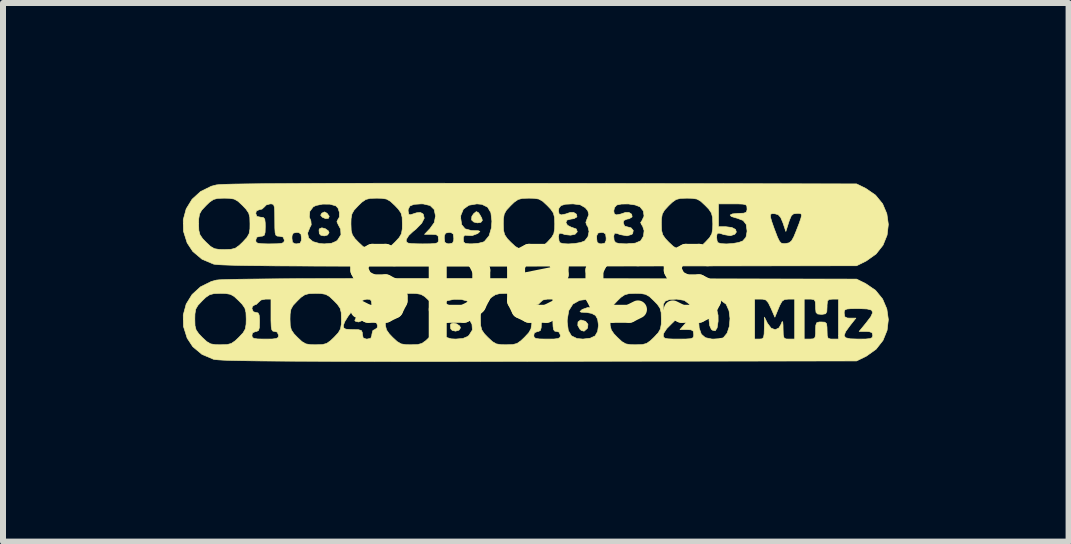
<source format=kicad_pcb>
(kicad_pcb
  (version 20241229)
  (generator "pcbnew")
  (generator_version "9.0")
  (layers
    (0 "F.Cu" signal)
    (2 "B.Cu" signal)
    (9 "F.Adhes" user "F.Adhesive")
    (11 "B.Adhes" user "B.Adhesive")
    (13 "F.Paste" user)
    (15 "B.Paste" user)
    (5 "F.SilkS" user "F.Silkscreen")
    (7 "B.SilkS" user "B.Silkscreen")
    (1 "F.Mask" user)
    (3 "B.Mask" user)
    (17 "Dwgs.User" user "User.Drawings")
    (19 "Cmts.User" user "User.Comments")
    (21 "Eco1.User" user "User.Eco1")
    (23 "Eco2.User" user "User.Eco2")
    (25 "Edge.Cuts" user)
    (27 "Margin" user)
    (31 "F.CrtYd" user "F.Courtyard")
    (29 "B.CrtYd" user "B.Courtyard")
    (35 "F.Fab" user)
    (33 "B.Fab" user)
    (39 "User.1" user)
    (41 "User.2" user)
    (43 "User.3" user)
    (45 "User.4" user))
  (footprint "specs"
    (layer "F.Cu")
    (at 5.881 1.492)
    (property "Reference" "specs" (at 0 0 0) (layer "F.SilkS") (effects (font (size 1.524 1.524) (thickness 0.3))))
    (attr through_hole)
    (fp_poly (pts (xy -3.478 -0.986) (xy -3.442 -0.936) (xy -3.455 -0.902) (xy -3.504 -0.898) (xy -3.556 -0.92) (xy -3.585 -0.954) (xy -3.565 -0.988) (xy -3.521 -1.009) (xy -3.478 -0.986)) (stroke (width 0.01) (type solid)) (fill yes) (layer "F.SilkS"))
    (fp_poly (pts (xy -1.288 0.602) (xy -1.251 0.652) (xy -1.264 0.685) (xy -1.313 0.69) (xy -1.365 0.668) (xy -1.395 0.633) (xy -1.374 0.6) (xy -1.331 0.578) (xy -1.288 0.602)) (stroke (width 0.01) (type solid)) (fill yes) (layer "F.SilkS"))
    (fp_poly (pts (xy -3.506 -0.728) (xy -3.457 -0.693) (xy -3.445 -0.663) (xy -3.47 -0.624) (xy -3.525 -0.609) (xy -3.582 -0.62) (xy -3.607 -0.647) (xy -3.612 -0.708) (xy -3.605 -0.727) (xy -3.565 -0.744) (xy -3.506 -0.728)) (stroke (width 0.01) (type solid)) (fill yes) (layer "F.SilkS"))
    (fp_poly (pts (xy -2.891 0.69) (xy -2.889 0.741) (xy -2.902 0.806) (xy -2.949 0.825) (xy -2.953 0.826) (xy -3.004 0.814) (xy -3.016 0.799) (xy -2.995 0.759) (xy -2.953 0.714) (xy -2.907 0.677) (xy -2.891 0.69)) (stroke (width 0.01) (type solid)) (fill yes) (layer "F.SilkS"))
    (fp_poly (pts (xy -1.315 0.859) (xy -1.266 0.894) (xy -1.254 0.924) (xy -1.279 0.963) (xy -1.335 0.979) (xy -1.391 0.967) (xy -1.416 0.94) (xy -1.422 0.88) (xy -1.415 0.86) (xy -1.374 0.844) (xy -1.315 0.859)) (stroke (width 0.01) (type solid)) (fill yes) (layer "F.SilkS"))
    (fp_poly (pts (xy 0.831 0.815) (xy 0.871 0.864) (xy 0.866 0.924) (xy 0.857 0.937) (xy 0.807 0.98) (xy 0.76 0.967) (xy 0.737 0.946) (xy 0.702 0.884) (xy 0.706 0.826) (xy 0.746 0.795) (xy 0.758 0.794) (xy 0.831 0.815)) (stroke (width 0.01) (type solid)) (fill yes) (layer "F.SilkS"))
    (fp_poly (pts (xy -0.957 -0.999) (xy -0.935 -0.97) (xy -0.899 -0.905) (xy -0.889 -0.867) (xy -0.914 -0.835) (xy -0.97 -0.826) (xy -1.031 -0.84) (xy -1.069 -0.875) (xy -1.069 -0.876) (xy -1.064 -0.935) (xy -1.034 -0.979) (xy -0.99 -1.014) (xy -0.957 -0.999)) (stroke (width 0.01) (type solid)) (fill yes) (layer "F.SilkS"))
    (fp_poly (pts (xy 3.021 0.629) (xy 3.041 0.715) (xy 3.042 0.813) (xy 3.025 0.924) (xy 2.993 0.973) (xy 2.945 0.962) (xy 2.928 0.947) (xy 2.901 0.886) (xy 2.89 0.793) (xy 2.897 0.697) (xy 2.919 0.623) (xy 2.933 0.607) (xy 2.983 0.591) (xy 3.021 0.629)) (stroke (width 0.01) (type solid)) (fill yes) (layer "F.SilkS"))
    (fp_poly (pts (xy -1.181 -1.486) (xy -0.459 -1.486) (xy 0.095 -1.485) (xy 5.35 -1.476) (xy 5.502 -1.402) (xy 5.666 -1.289) (xy 5.784 -1.145) (xy 5.855 -0.978) (xy 5.88 -0.8) (xy 5.859 -0.622) (xy 5.791 -0.454) (xy 5.676 -0.308) (xy 5.515 -0.193) (xy 5.502 -0.186) (xy 5.35 -0.111) (xy 0.064 -0.105) (xy -0.644 -0.104) (xy -1.291 -0.104) (xy -1.88 -0.104) (xy -2.412 -0.104) (xy -2.891 -0.104) (xy -3.319 -0.105) (xy -3.699 -0.106) (xy -4.032 -0.108) (xy -4.322 -0.109) (xy -4.571 -0.112) (xy -4.781 -0.114) (xy -4.955 -0.117) (xy -5.095 -0.121) (xy -5.205 -0.125) (xy -5.286 -0.129) (xy -5.341 -0.134) (xy -5.371 -0.139) (xy -5.564 -0.221) (xy -5.717 -0.35) (xy -5.811 -0.493) (xy -5.872 -0.686) (xy -5.875 -0.81) (xy -5.62 -0.81) (xy -5.616 -0.701) (xy -5.597 -0.628) (xy -5.553 -0.563) (xy -5.496 -0.504) (xy -5.42 -0.433) (xy -5.356 -0.396) (xy -5.276 -0.383) (xy -5.191 -0.381) (xy -5.082 -0.385) (xy -5.009 -0.403) (xy -4.945 -0.448) (xy -4.886 -0.504) (xy -4.815 -0.581) (xy -4.778 -0.645) (xy -4.764 -0.725) (xy -4.763 -0.81) (xy -4.766 -0.918) (xy -4.783 -0.984) (xy -4.667 -0.984) (xy -4.649 -0.934) (xy -4.588 -0.921) (xy -4.541 -0.916) (xy -4.517 -0.889) (xy -4.509 -0.826) (xy -4.508 -0.762) (xy -4.511 -0.668) (xy -4.524 -0.621) (xy -4.556 -0.605) (xy -4.588 -0.603) (xy -4.65 -0.588) (xy -4.667 -0.54) (xy -4.662 -0.507) (xy -4.636 -0.488) (xy -4.577 -0.479) (xy -4.472 -0.476) (xy -4.429 -0.476) (xy -4.307 -0.478) (xy -4.236 -0.485) (xy -4.202 -0.5) (xy -4.191 -0.528) (xy -4.191 -0.54) (xy -4.203 -0.572) (xy -4.064 -0.572) (xy -4.055 -0.503) (xy -4.019 -0.479) (xy -3.985 -0.476) (xy -3.928 -0.487) (xy -3.907 -0.53) (xy -3.905 -0.572) (xy -3.914 -0.64) (xy -3.936 -0.655) (xy -3.803 -0.655) (xy -3.785 -0.574) (xy -3.715 -0.514) (xy -3.599 -0.481) (xy -3.524 -0.476) (xy -3.404 -0.486) (xy -3.325 -0.52) (xy -3.302 -0.54) (xy -3.246 -0.628) (xy -3.252 -0.722) (xy -3.286 -0.785) (xy -3.298 -0.81) (xy -3.08 -0.81) (xy -3.076 -0.701) (xy -3.057 -0.628) (xy -3.013 -0.563) (xy -2.956 -0.504) (xy -2.88 -0.433) (xy -2.816 -0.396) (xy -2.736 -0.383) (xy -2.651 -0.381) (xy -2.542 -0.385) (xy -2.469 -0.403) (xy -2.405 -0.448) (xy -2.346 -0.504) (xy -2.316 -0.536) (xy -2.159 -0.536) (xy -2.153 -0.507) (xy -2.127 -0.489) (xy -2.068 -0.48) (xy -1.965 -0.477) (xy -1.889 -0.476) (xy -1.758 -0.477) (xy -1.679 -0.482) (xy -1.637 -0.494) (xy -1.622 -0.517) (xy -1.619 -0.556) (xy -1.622 -0.572) (xy -1.524 -0.572) (xy -1.515 -0.503) (xy -1.479 -0.479) (xy -1.445 -0.476) (xy -1.388 -0.487) (xy -1.367 -0.53) (xy -1.365 -0.572) (xy -1.374 -0.64) (xy -1.41 -0.664) (xy -1.445 -0.667) (xy -1.501 -0.656) (xy -1.522 -0.613) (xy -1.524 -0.572) (xy -1.622 -0.572) (xy -1.627 -0.608) (xy -1.662 -0.631) (xy -1.736 -0.635) (xy -1.853 -0.635) (xy -1.762 -0.731) (xy -1.691 -0.83) (xy -1.675 -0.912) (xy -1.251 -0.912) (xy -1.234 -0.796) (xy -1.177 -0.727) (xy -1.075 -0.699) (xy -1.036 -0.697) (xy -0.956 -0.695) (xy -0.93 -0.685) (xy -0.951 -0.662) (xy -0.968 -0.648) (xy -1.059 -0.614) (xy -1.119 -0.616) (xy -1.182 -0.621) (xy -1.204 -0.591) (xy -1.206 -0.555) (xy -1.201 -0.507) (xy -1.173 -0.484) (xy -1.107 -0.477) (xy -1.056 -0.477) (xy -0.955 -0.486) (xy -0.875 -0.506) (xy -0.854 -0.517) (xy -0.777 -0.61) (xy -0.737 -0.745) (xy -0.733 -0.81) (xy -0.54 -0.81) (xy -0.536 -0.701) (xy -0.517 -0.628) (xy -0.473 -0.563) (xy -0.416 -0.504) (xy -0.34 -0.433) (xy -0.276 -0.396) (xy -0.196 -0.383) (xy -0.111 -0.381) (xy -0.002 -0.385) (xy 0.071 -0.403) (xy 0.135 -0.448) (xy 0.194 -0.504) (xy 0.265 -0.581) (xy 0.302 -0.645) (xy 0.316 -0.725) (xy 0.318 -0.81) (xy 0.314 -0.918) (xy 0.295 -0.991) (xy 0.272 -1.025) (xy 0.381 -1.025) (xy 0.39 -0.976) (xy 0.426 -0.959) (xy 0.5 -0.974) (xy 0.576 -1) (xy 0.634 -1) (xy 0.679 -0.971) (xy 0.688 -0.93) (xy 0.685 -0.924) (xy 0.639 -0.897) (xy 0.586 -0.889) (xy 0.521 -0.872) (xy 0.504 -0.831) (xy 0.53 -0.786) (xy 0.597 -0.752) (xy 0.606 -0.75) (xy 0.676 -0.725) (xy 0.693 -0.682) (xy 0.692 -0.675) (xy 0.656 -0.636) (xy 0.581 -0.621) (xy 0.487 -0.631) (xy 0.437 -0.649) (xy 0.395 -0.655) (xy 0.381 -0.614) (xy 0.381 -0.596) (xy 0.389 -0.528) (xy 0.402 -0.497) (xy 0.454 -0.48) (xy 0.545 -0.475) (xy 0.651 -0.482) (xy 0.749 -0.499) (xy 0.816 -0.524) (xy 0.818 -0.526) (xy 0.854 -0.572) (xy 1.016 -0.572) (xy 1.025 -0.503) (xy 1.061 -0.479) (xy 1.095 -0.476) (xy 1.152 -0.487) (xy 1.173 -0.53) (xy 1.175 -0.572) (xy 1.166 -0.64) (xy 1.13 -0.664) (xy 1.095 -0.667) (xy 1.039 -0.656) (xy 1.018 -0.613) (xy 1.016 -0.572) (xy 0.854 -0.572) (xy 0.871 -0.594) (xy 0.89 -0.683) (xy 0.87 -0.764) (xy 0.854 -0.784) (xy 0.836 -0.833) (xy 0.854 -0.884) (xy 0.886 -0.965) (xy 0.87 -1.025) (xy 1.302 -1.025) (xy 1.311 -0.976) (xy 1.347 -0.959) (xy 1.421 -0.974) (xy 1.497 -1) (xy 1.555 -1) (xy 1.6 -0.971) (xy 1.608 -0.93) (xy 1.606 -0.924) (xy 1.559 -0.895) (xy 1.522 -0.889) (xy 1.47 -0.866) (xy 1.46 -0.826) (xy 1.483 -0.772) (xy 1.52 -0.762) (xy 1.59 -0.743) (xy 1.627 -0.7) (xy 1.617 -0.649) (xy 1.604 -0.635) (xy 1.524 -0.61) (xy 1.407 -0.631) (xy 1.357 -0.65) (xy 1.316 -0.655) (xy 1.302 -0.612) (xy 1.302 -0.596) (xy 1.308 -0.533) (xy 1.334 -0.497) (xy 1.395 -0.48) (xy 1.505 -0.476) (xy 1.519 -0.476) (xy 1.66 -0.488) (xy 1.747 -0.525) (xy 1.752 -0.529) (xy 1.797 -0.604) (xy 1.808 -0.696) (xy 1.782 -0.775) (xy 1.772 -0.787) (xy 1.76 -0.81) (xy 2.095 -0.81) (xy 2.099 -0.701) (xy 2.118 -0.628) (xy 2.163 -0.563) (xy 2.219 -0.504) (xy 2.295 -0.433) (xy 2.36 -0.396) (xy 2.439 -0.383) (xy 2.524 -0.381) (xy 2.633 -0.385) (xy 2.706 -0.403) (xy 2.771 -0.448) (xy 2.829 -0.504) (xy 2.901 -0.581) (xy 2.909 -0.596) (xy 3.016 -0.596) (xy 3.024 -0.528) (xy 3.037 -0.497) (xy 3.089 -0.48) (xy 3.18 -0.475) (xy 3.286 -0.482) (xy 3.384 -0.499) (xy 3.452 -0.524) (xy 3.454 -0.526) (xy 3.506 -0.586) (xy 3.524 -0.68) (xy 3.524 -0.696) (xy 3.51 -0.801) (xy 3.459 -0.866) (xy 3.36 -0.904) (xy 3.339 -0.909) (xy 3.274 -0.929) (xy 3.913 -0.929) (xy 3.934 -0.853) (xy 3.977 -0.73) (xy 3.989 -0.699) (xy 4.033 -0.584) (xy 4.066 -0.518) (xy 4.097 -0.487) (xy 4.138 -0.48) (xy 4.17 -0.482) (xy 4.226 -0.494) (xy 4.266 -0.526) (xy 4.303 -0.592) (xy 4.34 -0.682) (xy 4.393 -0.818) (xy 4.423 -0.906) (xy 4.433 -0.956) (xy 4.422 -0.978) (xy 4.391 -0.984) (xy 4.357 -0.984) (xy 4.3 -0.977) (xy 4.263 -0.946) (xy 4.232 -0.874) (xy 4.218 -0.833) (xy 4.171 -0.683) (xy 4.123 -0.826) (xy 4.085 -0.917) (xy 4.043 -0.963) (xy 3.99 -0.978) (xy 3.941 -0.981) (xy 3.916 -0.968) (xy 3.913 -0.929) (xy 3.274 -0.929) (xy 3.261 -0.933) (xy 3.243 -0.957) (xy 3.281 -0.976) (xy 3.374 -0.984) (xy 3.381 -0.984) (xy 3.47 -0.988) (xy 3.511 -1.004) (xy 3.524 -1.042) (xy 3.524 -1.064) (xy 3.521 -1.104) (xy 3.503 -1.128) (xy 3.457 -1.139) (xy 3.37 -1.143) (xy 3.286 -1.143) (xy 3.048 -1.143) (xy 3.048 -0.762) (xy 3.171 -0.762) (xy 3.271 -0.749) (xy 3.332 -0.717) (xy 3.346 -0.673) (xy 3.319 -0.636) (xy 3.247 -0.612) (xy 3.136 -0.631) (xy 3.067 -0.654) (xy 3.028 -0.653) (xy 3.016 -0.601) (xy 3.016 -0.596) (xy 2.909 -0.596) (xy 2.937 -0.645) (xy 2.951 -0.725) (xy 2.953 -0.81) (xy 2.949 -0.918) (xy 2.93 -0.991) (xy 2.886 -1.056) (xy 2.829 -1.115) (xy 2.753 -1.186) (xy 2.689 -1.223) (xy 2.609 -1.236) (xy 2.524 -1.238) (xy 2.415 -1.235) (xy 2.342 -1.216) (xy 2.278 -1.171) (xy 2.219 -1.115) (xy 2.148 -1.038) (xy 2.111 -0.974) (xy 2.097 -0.894) (xy 2.095 -0.81) (xy 1.76 -0.81) (xy 1.75 -0.831) (xy 1.772 -0.864) (xy 1.807 -0.939) (xy 1.795 -1.024) (xy 1.739 -1.094) (xy 1.658 -1.125) (xy 1.544 -1.142) (xy 1.428 -1.14) (xy 1.352 -1.124) (xy 1.314 -1.081) (xy 1.302 -1.025) (xy 0.87 -1.025) (xy 0.87 -1.028) (xy 0.826 -1.08) (xy 0.742 -1.128) (xy 0.622 -1.143) (xy 0.495 -1.137) (xy 0.421 -1.114) (xy 0.387 -1.07) (xy 0.381 -1.025) (xy 0.272 -1.025) (xy 0.25 -1.056) (xy 0.194 -1.115) (xy 0.118 -1.186) (xy 0.053 -1.223) (xy -0.026 -1.236) (xy -0.111 -1.238) (xy -0.22 -1.235) (xy -0.293 -1.216) (xy -0.358 -1.171) (xy -0.416 -1.115) (xy -0.488 -1.038) (xy -0.524 -0.974) (xy -0.538 -0.894) (xy -0.54 -0.81) (xy -0.733 -0.81) (xy -0.73 -0.855) (xy -0.747 -0.997) (xy -0.801 -1.088) (xy -0.896 -1.135) (xy -0.981 -1.143) (xy -1.114 -1.12) (xy -1.205 -1.055) (xy -1.248 -0.952) (xy -1.251 -0.912) (xy -1.675 -0.912) (xy -1.67 -0.94) (xy -1.67 -0.941) (xy -1.692 -1.049) (xy -1.759 -1.115) (xy -1.874 -1.142) (xy -1.908 -1.143) (xy -2.029 -1.135) (xy -2.097 -1.107) (xy -2.125 -1.053) (xy -2.127 -1.025) (xy -2.115 -0.967) (xy -2.088 -0.961) (xy -1.986 -0.994) (xy -1.923 -1) (xy -1.883 -0.979) (xy -1.874 -0.969) (xy -1.858 -0.904) (xy -1.9 -0.821) (xy -1.996 -0.722) (xy -2.047 -0.681) (xy -2.116 -0.616) (xy -2.155 -0.554) (xy -2.159 -0.536) (xy -2.316 -0.536) (xy -2.275 -0.581) (xy -2.238 -0.645) (xy -2.224 -0.725) (xy -2.223 -0.81) (xy -2.226 -0.918) (xy -2.245 -0.991) (xy -2.29 -1.056) (xy -2.346 -1.115) (xy -2.422 -1.186) (xy -2.487 -1.223) (xy -2.566 -1.236) (xy -2.651 -1.238) (xy -2.76 -1.235) (xy -2.833 -1.216) (xy -2.898 -1.171) (xy -2.956 -1.115) (xy -3.028 -1.038) (xy -3.064 -0.974) (xy -3.078 -0.894) (xy -3.08 -0.81) (xy -3.298 -0.81) (xy -3.314 -0.846) (xy -3.302 -0.873) (xy -3.273 -0.923) (xy -3.272 -1) (xy -3.296 -1.073) (xy -3.332 -1.11) (xy -3.431 -1.138) (xy -3.552 -1.139) (xy -3.663 -1.116) (xy -3.708 -1.094) (xy -3.766 -1.018) (xy -3.774 -0.923) (xy -3.748 -0.859) (xy -3.742 -0.793) (xy -3.765 -0.749) (xy -3.803 -0.655) (xy -3.936 -0.655) (xy -3.95 -0.664) (xy -3.985 -0.667) (xy -4.041 -0.656) (xy -4.062 -0.613) (xy -4.064 -0.572) (xy -4.203 -0.572) (xy -4.21 -0.59) (xy -4.27 -0.603) (xy -4.309 -0.606) (xy -4.332 -0.622) (xy -4.344 -0.663) (xy -4.349 -0.743) (xy -4.35 -0.873) (xy -4.351 -1.004) (xy -4.355 -1.084) (xy -4.368 -1.125) (xy -4.391 -1.141) (xy -4.426 -1.143) (xy -4.492 -1.125) (xy -4.52 -1.095) (xy -4.563 -1.056) (xy -4.603 -1.048) (xy -4.656 -1.026) (xy -4.667 -0.984) (xy -4.783 -0.984) (xy -4.785 -0.991) (xy -4.83 -1.056) (xy -4.886 -1.115) (xy -4.962 -1.186) (xy -5.027 -1.223) (xy -5.106 -1.236) (xy -5.191 -1.238) (xy -5.3 -1.235) (xy -5.373 -1.216) (xy -5.438 -1.171) (xy -5.496 -1.115) (xy -5.568 -1.038) (xy -5.604 -0.974) (xy -5.618 -0.894) (xy -5.62 -0.81) (xy -5.875 -0.81) (xy -5.876 -0.878) (xy -5.827 -1.059) (xy -5.729 -1.219) (xy -5.588 -1.348) (xy -5.408 -1.437) (xy -5.324 -1.459) (xy -5.274 -1.464) (xy -5.174 -1.469) (xy -5.023 -1.473) (xy -4.819 -1.476) (xy -4.562 -1.479) (xy -4.251 -1.481) (xy -3.884 -1.483) (xy -3.46 -1.485) (xy -2.979 -1.486) (xy -2.44 -1.487) (xy -1.84 -1.487) (xy -1.181 -1.486)) (stroke (width 0.01) (type solid)) (fill yes) (layer "F.SilkS"))
    (fp_poly (pts (xy -1.181 0.101) (xy -0.459 0.102) (xy 0.095 0.103) (xy 5.35 0.111) (xy 5.502 0.186) (xy 5.666 0.298) (xy 5.784 0.443) (xy 5.855 0.609) (xy 5.88 0.787) (xy 5.859 0.965) (xy 5.791 1.133) (xy 5.676 1.28) (xy 5.515 1.395) (xy 5.502 1.402) (xy 5.35 1.476) (xy 0.064 1.482) (xy -0.644 1.483) (xy -1.291 1.484) (xy -1.88 1.484) (xy -2.412 1.484) (xy -2.891 1.483) (xy -3.319 1.482) (xy -3.699 1.481) (xy -4.032 1.48) (xy -4.322 1.478) (xy -4.571 1.476) (xy -4.781 1.473) (xy -4.955 1.47) (xy -5.095 1.467) (xy -5.205 1.463) (xy -5.286 1.458) (xy -5.341 1.453) (xy -5.371 1.448) (xy -5.564 1.366) (xy -5.717 1.238) (xy -5.811 1.095) (xy -5.872 0.901) (xy -5.875 0.778) (xy -5.683 0.778) (xy -5.68 0.887) (xy -5.661 0.96) (xy -5.616 1.024) (xy -5.56 1.083) (xy -5.483 1.154) (xy -5.419 1.191) (xy -5.339 1.205) (xy -5.255 1.206) (xy -5.146 1.203) (xy -5.073 1.184) (xy -5.008 1.139) (xy -4.949 1.083) (xy -4.878 1.007) (xy -4.841 0.942) (xy -4.828 0.863) (xy -4.826 0.778) (xy -4.83 0.669) (xy -4.847 0.603) (xy -4.731 0.603) (xy -4.708 0.656) (xy -4.667 0.667) (xy -4.629 0.675) (xy -4.61 0.711) (xy -4.604 0.789) (xy -4.604 0.826) (xy -4.607 0.921) (xy -4.621 0.968) (xy -4.653 0.984) (xy -4.667 0.984) (xy -4.72 1.007) (xy -4.731 1.048) (xy -4.725 1.081) (xy -4.698 1.1) (xy -4.636 1.109) (xy -4.526 1.111) (xy -4.508 1.111) (xy -4.392 1.11) (xy -4.325 1.102) (xy -4.294 1.084) (xy -4.286 1.053) (xy -4.286 1.048) (xy -4.309 0.995) (xy -4.35 0.984) (xy -4.381 0.979) (xy -4.399 0.956) (xy -4.409 0.902) (xy -4.413 0.805) (xy -4.413 0.778) (xy -4.096 0.778) (xy -4.092 0.887) (xy -4.073 0.96) (xy -4.029 1.024) (xy -3.972 1.083) (xy -3.896 1.154) (xy -3.832 1.191) (xy -3.752 1.205) (xy -3.667 1.206) (xy -3.558 1.203) (xy -3.485 1.184) (xy -3.421 1.139) (xy -3.362 1.083) (xy -3.291 1.007) (xy -3.254 0.942) (xy -3.244 0.886) (xy -3.207 0.886) (xy -3.199 0.926) (xy -3.166 0.946) (xy -3.092 0.952) (xy -3.048 0.953) (xy -2.954 0.955) (xy -2.907 0.968) (xy -2.891 1) (xy -2.889 1.032) (xy -2.876 1.092) (xy -2.825 1.111) (xy -2.81 1.111) (xy -2.749 1.098) (xy -2.731 1.047) (xy -2.731 1.032) (xy -2.714 0.968) (xy -2.683 0.953) (xy -2.644 0.926) (xy -2.635 0.889) (xy -2.655 0.837) (xy -2.683 0.826) (xy -2.711 0.811) (xy -2.72 0.778) (xy -2.508 0.778) (xy -2.505 0.887) (xy -2.486 0.96) (xy -2.441 1.024) (xy -2.385 1.083) (xy -2.308 1.154) (xy -2.244 1.191) (xy -2.164 1.205) (xy -2.08 1.206) (xy -1.971 1.203) (xy -1.898 1.184) (xy -1.833 1.139) (xy -1.774 1.083) (xy -1.703 1.007) (xy -1.666 0.942) (xy -1.665 0.933) (xy -1.613 0.933) (xy -1.594 1.013) (xy -1.524 1.073) (xy -1.408 1.107) (xy -1.333 1.111) (xy -1.213 1.101) (xy -1.134 1.068) (xy -1.111 1.048) (xy -1.055 0.959) (xy -1.062 0.865) (xy -1.096 0.803) (xy -1.107 0.778) (xy -0.921 0.778) (xy -0.917 0.887) (xy -0.898 0.96) (xy -0.854 1.024) (xy -0.797 1.083) (xy -0.721 1.154) (xy -0.657 1.191) (xy -0.577 1.205) (xy -0.492 1.206) (xy -0.383 1.203) (xy -0.31 1.184) (xy -0.246 1.139) (xy -0.187 1.083) (xy -0.116 1.007) (xy -0.079 0.942) (xy -0.065 0.863) (xy -0.064 0.778) (xy -0.067 0.669) (xy -0.084 0.603) (xy -0.032 0.603) (xy -0.009 0.656) (xy 0.032 0.667) (xy 0.07 0.675) (xy 0.089 0.711) (xy 0.095 0.789) (xy 0.095 0.826) (xy 0.092 0.921) (xy 0.078 0.968) (xy 0.046 0.984) (xy 0.032 0.984) (xy -0.021 1.007) (xy -0.032 1.048) (xy -0.026 1.081) (xy 0.001 1.1) (xy 0.063 1.109) (xy 0.173 1.111) (xy 0.191 1.111) (xy 0.307 1.11) (xy 0.374 1.102) (xy 0.405 1.084) (xy 0.413 1.053) (xy 0.413 1.048) (xy 0.39 0.995) (xy 0.349 0.984) (xy 0.318 0.979) (xy 0.3 0.956) (xy 0.29 0.902) (xy 0.287 0.83) (xy 0.526 0.83) (xy 0.544 0.968) (xy 0.596 1.057) (xy 0.689 1.102) (xy 0.788 1.111) (xy 0.909 1.097) (xy 0.989 1.059) (xy 0.99 1.059) (xy 1.033 0.984) (xy 1.047 0.881) (xy 1.033 0.779) (xy 1.032 0.778) (xy 1.238 0.778) (xy 1.242 0.887) (xy 1.261 0.96) (xy 1.305 1.024) (xy 1.362 1.083) (xy 1.438 1.154) (xy 1.502 1.191) (xy 1.582 1.205) (xy 1.667 1.206) (xy 1.776 1.203) (xy 1.849 1.184) (xy 1.913 1.139) (xy 1.972 1.083) (xy 2.043 1.007) (xy 2.08 0.942) (xy 2.094 0.863) (xy 2.095 0.778) (xy 2.092 0.669) (xy 2.073 0.596) (xy 2.048 0.559) (xy 2.127 0.559) (xy 2.13 0.615) (xy 2.151 0.631) (xy 2.207 0.615) (xy 2.236 0.604) (xy 2.335 0.582) (xy 2.393 0.6) (xy 2.408 0.651) (xy 2.379 0.727) (xy 2.305 0.818) (xy 2.27 0.851) (xy 2.185 0.937) (xy 2.135 1.013) (xy 2.127 1.044) (xy 2.132 1.077) (xy 2.154 1.097) (xy 2.206 1.107) (xy 2.302 1.111) (xy 2.381 1.111) (xy 2.507 1.11) (xy 2.583 1.105) (xy 2.62 1.091) (xy 2.634 1.065) (xy 2.635 1.032) (xy 2.627 0.979) (xy 2.591 0.957) (xy 2.521 0.953) (xy 2.406 0.953) (xy 2.505 0.84) (xy 2.548 0.772) (xy 2.715 0.772) (xy 2.726 0.927) (xy 2.762 1.03) (xy 2.83 1.088) (xy 2.935 1.11) (xy 2.966 1.111) (xy 3.056 1.105) (xy 3.121 1.092) (xy 3.131 1.087) (xy 3.192 1.012) (xy 3.229 0.899) (xy 3.24 0.768) (xy 3.224 0.64) (xy 3.179 0.537) (xy 3.173 0.528) (xy 3.085 0.464) (xy 2.983 0.445) (xy 3.651 0.445) (xy 3.651 1.111) (xy 3.731 1.111) (xy 3.775 1.107) (xy 3.799 1.084) (xy 3.809 1.026) (xy 3.812 0.929) (xy 3.814 0.746) (xy 3.865 0.849) (xy 3.926 0.929) (xy 3.994 0.955) (xy 4.056 0.925) (xy 4.091 0.865) (xy 4.109 0.821) (xy 4.119 0.823) (xy 4.124 0.877) (xy 4.125 0.945) (xy 4.128 1.042) (xy 4.141 1.091) (xy 4.172 1.109) (xy 4.223 1.111) (xy 4.318 1.111) (xy 4.318 0.445) (xy 4.477 0.445) (xy 4.477 1.111) (xy 4.572 1.111) (xy 4.631 1.107) (xy 4.658 1.083) (xy 4.667 1.022) (xy 4.667 0.968) (xy 4.67 0.881) (xy 4.686 0.839) (xy 4.727 0.826) (xy 4.763 0.826) (xy 4.821 0.83) (xy 4.849 0.854) (xy 4.857 0.914) (xy 4.858 0.968) (xy 4.861 1.056) (xy 4.876 1.098) (xy 4.917 1.11) (xy 4.953 1.111) (xy 5.048 1.111) (xy 5.048 1.051) (xy 5.143 1.051) (xy 5.167 1.089) (xy 5.246 1.107) (xy 5.382 1.111) (xy 5.503 1.11) (xy 5.575 1.103) (xy 5.609 1.087) (xy 5.619 1.059) (xy 5.62 1.048) (xy 5.608 1.004) (xy 5.56 0.987) (xy 5.506 0.984) (xy 5.393 0.984) (xy 5.506 0.846) (xy 5.587 0.74) (xy 5.619 0.67) (xy 5.6 0.628) (xy 5.525 0.609) (xy 5.39 0.603) (xy 5.382 0.603) (xy 5.261 0.604) (xy 5.19 0.61) (xy 5.155 0.626) (xy 5.144 0.655) (xy 5.144 0.683) (xy 5.153 0.739) (xy 5.196 0.76) (xy 5.241 0.762) (xy 5.339 0.762) (xy 5.241 0.886) (xy 5.169 0.985) (xy 5.143 1.051) (xy 5.048 1.051) (xy 5.048 0.445) (xy 4.953 0.445) (xy 4.892 0.45) (xy 4.865 0.477) (xy 4.858 0.544) (xy 4.858 0.572) (xy 4.854 0.653) (xy 4.834 0.689) (xy 4.783 0.698) (xy 4.763 0.699) (xy 4.701 0.693) (xy 4.674 0.666) (xy 4.667 0.599) (xy 4.667 0.572) (xy 4.663 0.49) (xy 4.643 0.454) (xy 4.592 0.445) (xy 4.572 0.445) (xy 4.477 0.445) (xy 4.318 0.445) (xy 4.215 0.445) (xy 4.151 0.451) (xy 4.108 0.48) (xy 4.071 0.546) (xy 4.05 0.595) (xy 3.988 0.746) (xy 3.923 0.596) (xy 3.879 0.506) (xy 3.84 0.461) (xy 3.787 0.446) (xy 3.754 0.445) (xy 3.651 0.445) (xy 2.983 0.445) (xy 2.972 0.442) (xy 2.856 0.466) (xy 2.79 0.505) (xy 2.748 0.548) (xy 2.725 0.602) (xy 2.716 0.688) (xy 2.715 0.772) (xy 2.548 0.772) (xy 2.579 0.723) (xy 2.597 0.616) (xy 2.562 0.527) (xy 2.478 0.466) (xy 2.352 0.445) (xy 2.23 0.452) (xy 2.159 0.479) (xy 2.13 0.529) (xy 2.127 0.559) (xy 2.048 0.559) (xy 2.028 0.531) (xy 1.972 0.473) (xy 1.896 0.401) (xy 1.831 0.365) (xy 1.752 0.351) (xy 1.667 0.349) (xy 1.558 0.353) (xy 1.485 0.372) (xy 1.42 0.416) (xy 1.362 0.473) (xy 1.29 0.549) (xy 1.254 0.613) (xy 1.24 0.693) (xy 1.238 0.778) (xy 1.032 0.778) (xy 0.998 0.717) (xy 0.934 0.683) (xy 0.843 0.666) (xy 0.831 0.666) (xy 0.758 0.663) (xy 0.739 0.652) (xy 0.767 0.625) (xy 0.777 0.617) (xy 0.87 0.584) (xy 0.928 0.589) (xy 0.991 0.596) (xy 1.014 0.568) (xy 1.016 0.526) (xy 1.009 0.473) (xy 0.977 0.45) (xy 0.902 0.445) (xy 0.89 0.445) (xy 0.732 0.465) (xy 0.62 0.528) (xy 0.552 0.636) (xy 0.526 0.79) (xy 0.526 0.83) (xy 0.287 0.83) (xy 0.286 0.805) (xy 0.286 0.714) (xy 0.286 0.445) (xy 0.194 0.445) (xy 0.12 0.46) (xy 0.084 0.492) (xy 0.041 0.534) (xy 0.017 0.54) (xy -0.023 0.566) (xy -0.032 0.603) (xy -0.084 0.603) (xy -0.086 0.596) (xy -0.131 0.531) (xy -0.187 0.473) (xy -0.263 0.401) (xy -0.328 0.365) (xy -0.407 0.351) (xy -0.492 0.349) (xy -0.601 0.353) (xy -0.674 0.372) (xy -0.739 0.416) (xy -0.797 0.473) (xy -0.869 0.549) (xy -0.905 0.613) (xy -0.919 0.693) (xy -0.921 0.778) (xy -1.107 0.778) (xy -1.123 0.741) (xy -1.112 0.715) (xy -1.082 0.664) (xy -1.081 0.588) (xy -1.106 0.514) (xy -1.141 0.477) (xy -1.24 0.45) (xy -1.361 0.448) (xy -1.472 0.471) (xy -1.517 0.494) (xy -1.575 0.569) (xy -1.583 0.664) (xy -1.558 0.728) (xy -1.551 0.794) (xy -1.574 0.839) (xy -1.613 0.933) (xy -1.665 0.933) (xy -1.653 0.863) (xy -1.651 0.778) (xy -1.655 0.669) (xy -1.673 0.596) (xy -1.718 0.531) (xy -1.774 0.473) (xy -1.851 0.401) (xy -1.915 0.365) (xy -1.995 0.351) (xy -2.08 0.349) (xy -2.188 0.353) (xy -2.261 0.372) (xy -2.326 0.416) (xy -2.385 0.473) (xy -2.456 0.549) (xy -2.493 0.613) (xy -2.506 0.693) (xy -2.508 0.778) (xy -2.72 0.778) (xy -2.725 0.759) (xy -2.73 0.658) (xy -2.731 0.635) (xy -2.732 0.53) (xy -2.741 0.473) (xy -2.764 0.45) (xy -2.808 0.446) (xy -2.818 0.446) (xy -2.877 0.461) (xy -2.942 0.507) (xy -3.025 0.596) (xy -3.056 0.634) (xy -3.129 0.733) (xy -3.183 0.821) (xy -3.206 0.882) (xy -3.207 0.886) (xy -3.244 0.886) (xy -3.24 0.863) (xy -3.239 0.778) (xy -3.242 0.669) (xy -3.261 0.596) (xy -3.306 0.531) (xy -3.362 0.473) (xy -3.438 0.401) (xy -3.503 0.365) (xy -3.582 0.351) (xy -3.667 0.349) (xy -3.776 0.353) (xy -3.849 0.372) (xy -3.914 0.416) (xy -3.972 0.473) (xy -4.044 0.549) (xy -4.08 0.613) (xy -4.094 0.693) (xy -4.096 0.778) (xy -4.413 0.778) (xy -4.413 0.714) (xy -4.413 0.445) (xy -4.505 0.445) (xy -4.579 0.46) (xy -4.615 0.492) (xy -4.658 0.534) (xy -4.682 0.54) (xy -4.722 0.566) (xy -4.731 0.603) (xy -4.847 0.603) (xy -4.848 0.596) (xy -4.893 0.531) (xy -4.949 0.473) (xy -5.026 0.401) (xy -5.09 0.365) (xy -5.17 0.351) (xy -5.255 0.349) (xy -5.363 0.353) (xy -5.436 0.372) (xy -5.501 0.416) (xy -5.56 0.473) (xy -5.631 0.549) (xy -5.668 0.613) (xy -5.681 0.693) (xy -5.683 0.778) (xy -5.875 0.778) (xy -5.876 0.709) (xy -5.827 0.528) (xy -5.729 0.369) (xy -5.588 0.24) (xy -5.408 0.151) (xy -5.324 0.128) (xy -5.274 0.123) (xy -5.174 0.119) (xy -5.023 0.115) (xy -4.819 0.112) (xy -4.562 0.109) (xy -4.251 0.106) (xy -3.884 0.104) (xy -3.46 0.103) (xy -2.979 0.102) (xy -2.44 0.101) (xy -1.84 0.101) (xy -1.181 0.101)) (stroke (width 0.01) (type solid)) (fill yes) (layer "F.SilkS")))
  (gr_rect
    (start -3 -3)
    (end 14.766 5.98)
    (stroke (width 0.1) (type default))
    (fill no)
    (layer "Edge.Cuts")))
</source>
